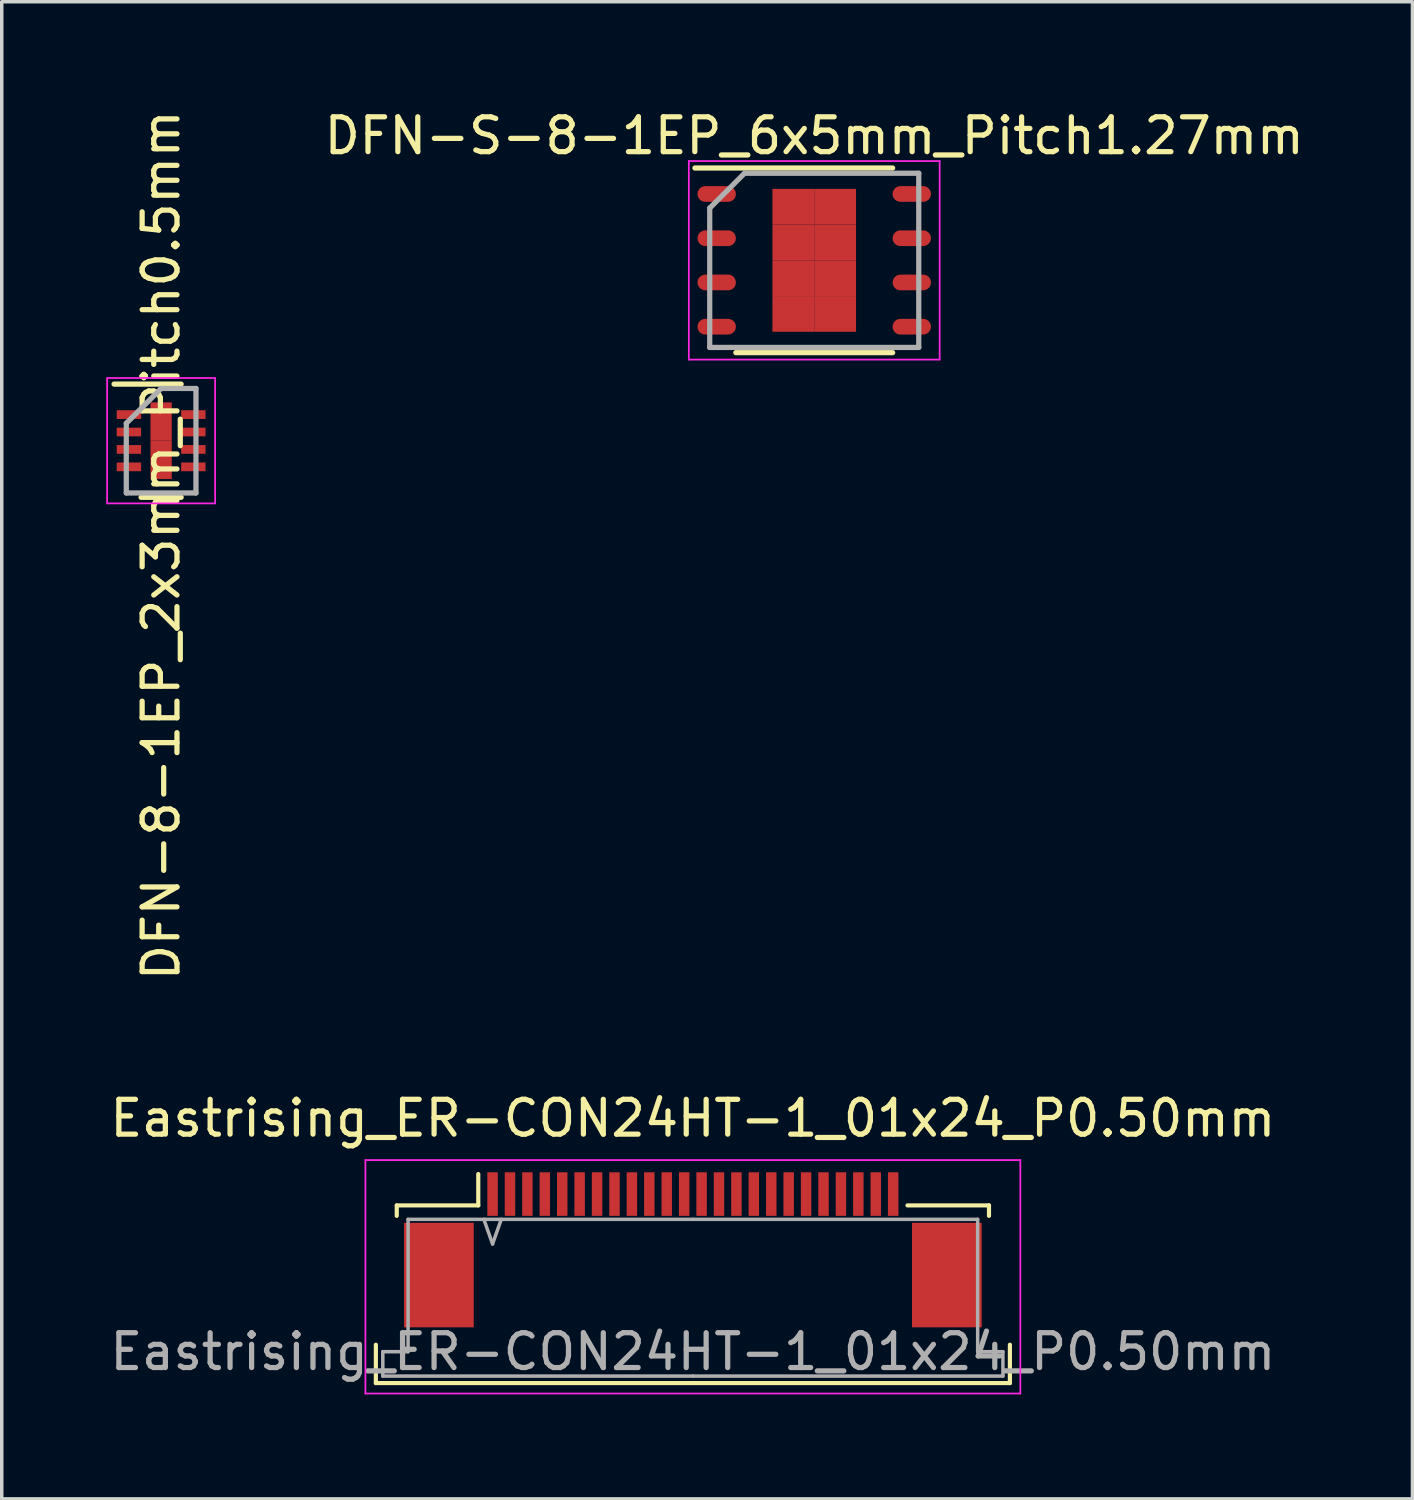
<source format=kicad_pcb>
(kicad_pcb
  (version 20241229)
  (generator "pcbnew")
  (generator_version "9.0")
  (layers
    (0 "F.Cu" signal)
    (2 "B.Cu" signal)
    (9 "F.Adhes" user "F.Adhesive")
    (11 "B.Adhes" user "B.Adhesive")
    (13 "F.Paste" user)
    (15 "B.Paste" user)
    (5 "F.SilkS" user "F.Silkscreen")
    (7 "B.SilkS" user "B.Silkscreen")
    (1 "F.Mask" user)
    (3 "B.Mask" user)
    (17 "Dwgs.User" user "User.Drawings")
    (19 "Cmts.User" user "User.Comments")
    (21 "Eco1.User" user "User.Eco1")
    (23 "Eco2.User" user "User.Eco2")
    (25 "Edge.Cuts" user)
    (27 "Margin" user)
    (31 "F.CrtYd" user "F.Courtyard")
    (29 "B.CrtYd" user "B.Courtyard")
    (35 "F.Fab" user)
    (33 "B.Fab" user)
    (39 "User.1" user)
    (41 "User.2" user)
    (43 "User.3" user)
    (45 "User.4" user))
  (footprint "DFN-S-8-1EP_6x5mm_Pitch1.27mm"
    (layer "F.Cu")
    (at 20.323 4.423)
    (property "Reference" "DFN-S-8-1EP_6x5mm_Pitch1.27mm" (at 0 -3.575 0) (layer "F.SilkS") (effects (font (size 1 1) (thickness 0.15))))
    (attr smd)
    (fp_line (start -3.425 -2.65) (end 2.25 -2.65) (stroke (width 0.15) (type solid)) (layer "F.SilkS"))
    (fp_line (start -2.25 2.65) (end 2.25 2.65) (stroke (width 0.15) (type solid)) (layer "F.SilkS"))
    (fp_line (start -3.6 -2.85) (end -3.6 2.85) (stroke (width 0.05) (type solid)) (layer "F.CrtYd"))
    (fp_line (start -3.6 -2.85) (end 3.6 -2.85) (stroke (width 0.05) (type solid)) (layer "F.CrtYd"))
    (fp_line (start -3.6 2.85) (end 3.6 2.85) (stroke (width 0.05) (type solid)) (layer "F.CrtYd"))
    (fp_line (start 3.6 -2.85) (end 3.6 2.85) (stroke (width 0.05) (type solid)) (layer "F.CrtYd"))
    (fp_line (start -3 -1.5) (end -2 -2.5) (stroke (width 0.15) (type solid)) (layer "F.Fab"))
    (fp_line (start -3 2.5) (end -3 -1.5) (stroke (width 0.15) (type solid)) (layer "F.Fab"))
    (fp_line (start -2 -2.5) (end 3 -2.5) (stroke (width 0.15) (type solid)) (layer "F.Fab"))
    (fp_line (start 3 -2.5) (end 3 2.5) (stroke (width 0.15) (type solid)) (layer "F.Fab"))
    (fp_line (start 3 2.5) (end -3 2.5) (stroke (width 0.15) (type solid)) (layer "F.Fab"))
    (pad "1" smd oval (at -2.8 -1.905) (size 1.1 0.45) (layers "F.Cu" "F.Mask" "F.Paste"))
    (pad "2" smd oval (at -2.8 -0.635) (size 1.1 0.45) (layers "F.Cu" "F.Mask" "F.Paste"))
    (pad "3" smd oval (at -2.8 0.635) (size 1.1 0.45) (layers "F.Cu" "F.Mask" "F.Paste"))
    (pad "4" smd oval (at -2.8 1.905) (size 1.1 0.45) (layers "F.Cu" "F.Mask" "F.Paste"))
    (pad "5" smd oval (at 2.8 1.905) (size 1.1 0.45) (layers "F.Cu" "F.Mask" "F.Paste"))
    (pad "6" smd oval (at 2.8 0.635) (size 1.1 0.45) (layers "F.Cu" "F.Mask" "F.Paste"))
    (pad "7" smd oval (at 2.8 -0.635) (size 1.1 0.45) (layers "F.Cu" "F.Mask" "F.Paste"))
    (pad "8" smd oval (at 2.8 -1.905) (size 1.1 0.45) (layers "F.Cu" "F.Mask" "F.Paste"))
    (pad "9" smd rect (at -0.6 -1.538) (size 1.2 1.025) (layers "F.Cu" "F.Mask" "F.Paste"))
    (pad "9" smd rect (at -0.6 -0.512) (size 1.2 1.025) (layers "F.Cu" "F.Mask" "F.Paste"))
    (pad "9" smd rect (at -0.6 0.512) (size 1.2 1.025) (layers "F.Cu" "F.Mask" "F.Paste"))
    (pad "9" smd rect (at -0.6 1.538) (size 1.2 1.025) (layers "F.Cu" "F.Mask" "F.Paste"))
    (pad "9" smd rect (at 0.6 -1.538) (size 1.2 1.025) (layers "F.Cu" "F.Mask" "F.Paste"))
    (pad "9" smd rect (at 0.6 -0.512) (size 1.2 1.025) (layers "F.Cu" "F.Mask" "F.Paste"))
    (pad "9" smd rect (at 0.6 0.512) (size 1.2 1.025) (layers "F.Cu" "F.Mask" "F.Paste"))
    (pad "9" smd rect (at 0.6 1.538) (size 1.2 1.025) (layers "F.Cu" "F.Mask" "F.Paste")))
  (footprint "Eastrising_ER-CON24HT-1_01x24_P0.50mm"
    (layer "F.Cu")
    (at 16.839 32.051)
    (property "Reference" "Eastrising_ER-CON24HT-1_01x24_P0.50mm" (at 0 -3 0) (layer "F.SilkS") (effects (font (size 1 1) (thickness 0.15))))
    (attr smd)
    (fp_line (start -9.1 3.5) (end -9.1 4.6) (stroke (width 0.12) (type solid)) (layer "F.SilkS"))
    (fp_line (start -9.1 4.6) (end 9.1 4.6) (stroke (width 0.12) (type solid)) (layer "F.SilkS"))
    (fp_line (start -8.5 -0.5) (end -8.5 -0.2) (stroke (width 0.12) (type solid)) (layer "F.SilkS"))
    (fp_line (start -6.16 -0.5) (end -8.5 -0.5) (stroke (width 0.12) (type solid)) (layer "F.SilkS"))
    (fp_line (start -6.16 -0.5) (end -6.16 -1.4) (stroke (width 0.12) (type solid)) (layer "F.SilkS"))
    (fp_line (start 6.16 -0.5) (end 8.5 -0.5) (stroke (width 0.12) (type solid)) (layer "F.SilkS"))
    (fp_line (start 8.5 -0.5) (end 8.5 -0.2) (stroke (width 0.12) (type solid)) (layer "F.SilkS"))
    (fp_line (start 9.1 3.5) (end 9.1 4.6) (stroke (width 0.12) (type solid)) (layer "F.SilkS"))
    (fp_line (start -9.4 -1.8) (end -9.4 4.9) (stroke (width 0.05) (type solid)) (layer "F.CrtYd"))
    (fp_line (start -9.4 4.9) (end 9.4 4.9) (stroke (width 0.05) (type solid)) (layer "F.CrtYd"))
    (fp_line (start 9.4 -1.8) (end -9.4 -1.8) (stroke (width 0.05) (type solid)) (layer "F.CrtYd"))
    (fp_line (start 9.4 4.9) (end 9.4 -1.8) (stroke (width 0.05) (type solid)) (layer "F.CrtYd"))
    (fp_line (start -8.9 3.7) (end -8.9 4.4) (stroke (width 0.1) (type solid)) (layer "F.Fab"))
    (fp_line (start -8.9 3.7) (end -8.175 3.7) (stroke (width 0.1) (type solid)) (layer "F.Fab"))
    (fp_line (start -8.9 4.4) (end 0 4.4) (stroke (width 0.1) (type solid)) (layer "F.Fab"))
    (fp_line (start -8.175 -0.1) (end -8.175 3.7) (stroke (width 0.1) (type solid)) (layer "F.Fab"))
    (fp_line (start -6 -0.1) (end -5.75 0.607) (stroke (width 0.1) (type solid)) (layer "F.Fab"))
    (fp_line (start -5.75 0.607) (end -5.5 -0.1) (stroke (width 0.1) (type solid)) (layer "F.Fab"))
    (fp_line (start 0 -0.1) (end -8.175 -0.1) (stroke (width 0.1) (type solid)) (layer "F.Fab"))
    (fp_line (start 0 -0.1) (end 8.175 -0.1) (stroke (width 0.1) (type solid)) (layer "F.Fab"))
    (fp_line (start 8.175 -0.1) (end 8.175 3.7) (stroke (width 0.1) (type solid)) (layer "F.Fab"))
    (fp_line (start 8.9 3.7) (end 8.175 3.7) (stroke (width 0.1) (type solid)) (layer "F.Fab"))
    (fp_line (start 8.9 3.7) (end 8.9 4.4) (stroke (width 0.1) (type solid)) (layer "F.Fab"))
    (fp_line (start 8.9 4.4) (end 0 4.4) (stroke (width 0.1) (type solid)) (layer "F.Fab"))
    (fp_text user "${REFERENCE}" (at 0 3.7 0) (layer "F.Fab") (effects (font (size 1 1) (thickness 0.15))))
    (pad "1" smd rect (at -7.29 1.5) (size 2 3) (layers "F.Cu" "F.Mask" "F.Paste"))
    (pad "1" smd rect (at 5.75 -0.825) (size 0.3 1.25) (layers "F.Cu" "F.Mask" "F.Paste"))
    (pad "1" smd rect (at 7.29 1.5) (size 2 3) (layers "F.Cu" "F.Mask" "F.Paste"))
    (pad "2" smd rect (at 5.25 -0.825) (size 0.3 1.25) (layers "F.Cu" "F.Mask" "F.Paste"))
    (pad "3" smd rect (at 4.75 -0.825) (size 0.3 1.25) (layers "F.Cu" "F.Mask" "F.Paste"))
    (pad "4" smd rect (at 4.25 -0.825) (size 0.3 1.25) (layers "F.Cu" "F.Mask" "F.Paste"))
    (pad "5" smd rect (at 3.75 -0.825) (size 0.3 1.25) (layers "F.Cu" "F.Mask" "F.Paste"))
    (pad "6" smd rect (at 3.25 -0.825) (size 0.3 1.25) (layers "F.Cu" "F.Mask" "F.Paste"))
    (pad "7" smd rect (at 2.75 -0.825) (size 0.3 1.25) (layers "F.Cu" "F.Mask" "F.Paste"))
    (pad "8" smd rect (at 2.25 -0.825) (size 0.3 1.25) (layers "F.Cu" "F.Mask" "F.Paste"))
    (pad "9" smd rect (at 1.75 -0.825) (size 0.3 1.25) (layers "F.Cu" "F.Mask" "F.Paste"))
    (pad "10" smd rect (at 1.25 -0.825) (size 0.3 1.25) (layers "F.Cu" "F.Mask" "F.Paste"))
    (pad "11" smd rect (at 0.75 -0.825) (size 0.3 1.25) (layers "F.Cu" "F.Mask" "F.Paste"))
    (pad "12" smd rect (at 0.25 -0.825) (size 0.3 1.25) (layers "F.Cu" "F.Mask" "F.Paste"))
    (pad "13" smd rect (at -0.25 -0.825) (size 0.3 1.25) (layers "F.Cu" "F.Mask" "F.Paste"))
    (pad "14" smd rect (at -0.75 -0.825) (size 0.3 1.25) (layers "F.Cu" "F.Mask" "F.Paste"))
    (pad "15" smd rect (at -1.25 -0.825) (size 0.3 1.25) (layers "F.Cu" "F.Mask" "F.Paste"))
    (pad "16" smd rect (at -1.75 -0.825) (size 0.3 1.25) (layers "F.Cu" "F.Mask" "F.Paste"))
    (pad "17" smd rect (at -2.25 -0.825) (size 0.3 1.25) (layers "F.Cu" "F.Mask" "F.Paste"))
    (pad "18" smd rect (at -2.75 -0.825) (size 0.3 1.25) (layers "F.Cu" "F.Mask" "F.Paste"))
    (pad "19" smd rect (at -3.25 -0.825) (size 0.3 1.25) (layers "F.Cu" "F.Mask" "F.Paste"))
    (pad "20" smd rect (at -3.75 -0.825) (size 0.3 1.25) (layers "F.Cu" "F.Mask" "F.Paste"))
    (pad "21" smd rect (at -4.25 -0.825) (size 0.3 1.25) (layers "F.Cu" "F.Mask" "F.Paste"))
    (pad "22" smd rect (at -4.75 -0.825) (size 0.3 1.25) (layers "F.Cu" "F.Mask" "F.Paste"))
    (pad "23" smd rect (at -5.25 -0.825) (size 0.3 1.25) (layers "F.Cu" "F.Mask" "F.Paste"))
    (pad "24" smd rect (at -5.75 -0.825) (size 0.3 1.25) (layers "F.Cu" "F.Mask" "F.Paste")))
  (footprint "DFN-8-1EP_2x3mm_Pitch0.5mm"
    (layer "F.Cu")
    (at 1.575 9.601)
    (property "Reference" "DFN-8-1EP_2x3mm_Pitch0.5mm" (at 0 3 90) (layer "F.SilkS") (effects (font (size 1 1) (thickness 0.15))))
    (attr smd)
    (fp_line (start -1.35 -1.625) (end 0.575 -1.625) (stroke (width 0.15) (type solid)) (layer "F.SilkS"))
    (fp_line (start -0.575 1.625) (end 0.575 1.625) (stroke (width 0.15) (type solid)) (layer "F.SilkS"))
    (fp_line (start -1.55 -1.8) (end -1.55 1.8) (stroke (width 0.05) (type solid)) (layer "F.CrtYd"))
    (fp_line (start -1.55 -1.8) (end 1.55 -1.8) (stroke (width 0.05) (type solid)) (layer "F.CrtYd"))
    (fp_line (start -1.55 1.8) (end 1.55 1.8) (stroke (width 0.05) (type solid)) (layer "F.CrtYd"))
    (fp_line (start 1.55 -1.8) (end 1.55 1.8) (stroke (width 0.05) (type solid)) (layer "F.CrtYd"))
    (fp_line (start -1 -0.5) (end 0 -1.5) (stroke (width 0.15) (type solid)) (layer "F.Fab"))
    (fp_line (start -1 1.5) (end -1 -0.5) (stroke (width 0.15) (type solid)) (layer "F.Fab"))
    (fp_line (start 0 -1.5) (end 1 -1.5) (stroke (width 0.15) (type solid)) (layer "F.Fab"))
    (fp_line (start 1 -1.5) (end 1 1.5) (stroke (width 0.15) (type solid)) (layer "F.Fab"))
    (fp_line (start 1 1.5) (end -1 1.5) (stroke (width 0.15) (type solid)) (layer "F.Fab"))
    (pad "1" smd rect (at -0.925 -0.75) (size 0.7 0.25) (layers "F.Cu" "F.Mask" "F.Paste"))
    (pad "2" smd rect (at -0.925 -0.25) (size 0.7 0.25) (layers "F.Cu" "F.Mask" "F.Paste"))
    (pad "3" smd rect (at -0.925 0.25) (size 0.7 0.25) (layers "F.Cu" "F.Mask" "F.Paste"))
    (pad "4" smd rect (at -0.925 0.75) (size 0.7 0.25) (layers "F.Cu" "F.Mask" "F.Paste"))
    (pad "5" smd rect (at 0.925 0.75) (size 0.7 0.25) (layers "F.Cu" "F.Mask" "F.Paste"))
    (pad "6" smd rect (at 0.925 0.25) (size 0.7 0.25) (layers "F.Cu" "F.Mask" "F.Paste"))
    (pad "7" smd rect (at 0.925 -0.25) (size 0.7 0.25) (layers "F.Cu" "F.Mask" "F.Paste"))
    (pad "8" smd rect (at 0.925 -0.75) (size 0.7 0.25) (layers "F.Cu" "F.Mask" "F.Paste"))
    (pad "9" smd rect (at 0 -0.55) (size 0.61 1.1) (layers "F.Cu" "F.Mask" "F.Paste"))
    (pad "9" smd rect (at 0 0.55) (size 0.61 1.1) (layers "F.Cu" "F.Mask" "F.Paste")))
  (gr_rect
    (start -3 -3)
    (end 37.495 39.976)
    (stroke (width 0.1) (type default))
    (fill no)
    (layer "Edge.Cuts")))
</source>
